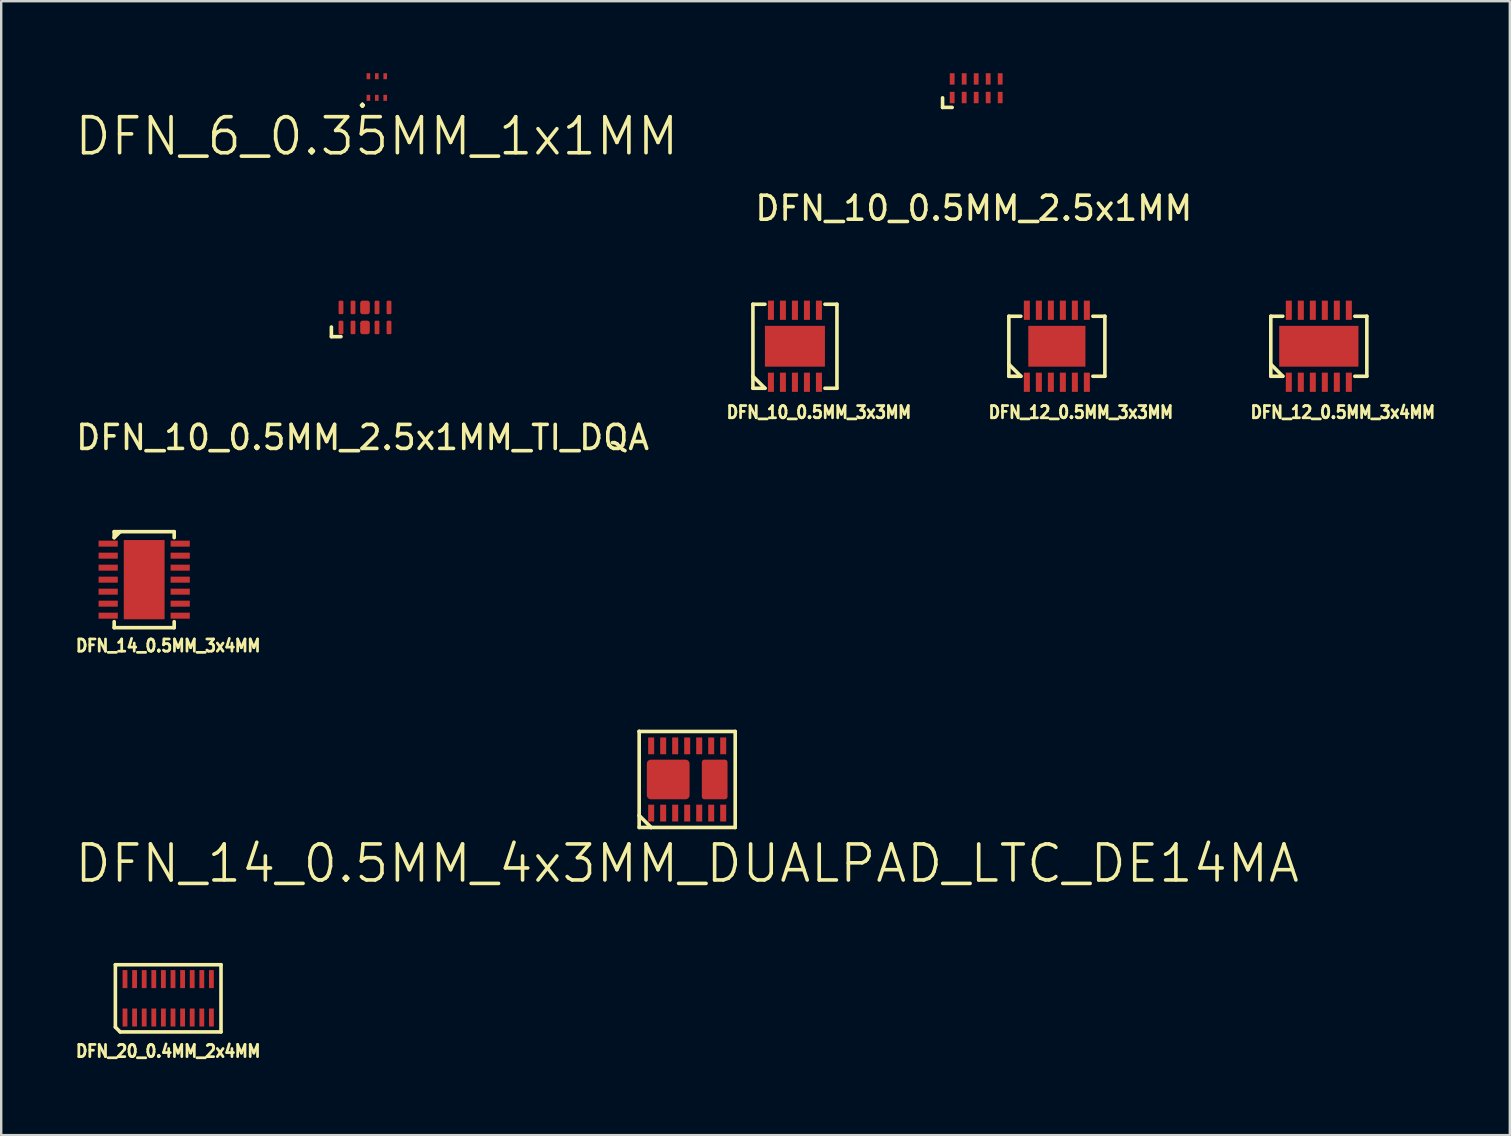
<source format=kicad_pcb>
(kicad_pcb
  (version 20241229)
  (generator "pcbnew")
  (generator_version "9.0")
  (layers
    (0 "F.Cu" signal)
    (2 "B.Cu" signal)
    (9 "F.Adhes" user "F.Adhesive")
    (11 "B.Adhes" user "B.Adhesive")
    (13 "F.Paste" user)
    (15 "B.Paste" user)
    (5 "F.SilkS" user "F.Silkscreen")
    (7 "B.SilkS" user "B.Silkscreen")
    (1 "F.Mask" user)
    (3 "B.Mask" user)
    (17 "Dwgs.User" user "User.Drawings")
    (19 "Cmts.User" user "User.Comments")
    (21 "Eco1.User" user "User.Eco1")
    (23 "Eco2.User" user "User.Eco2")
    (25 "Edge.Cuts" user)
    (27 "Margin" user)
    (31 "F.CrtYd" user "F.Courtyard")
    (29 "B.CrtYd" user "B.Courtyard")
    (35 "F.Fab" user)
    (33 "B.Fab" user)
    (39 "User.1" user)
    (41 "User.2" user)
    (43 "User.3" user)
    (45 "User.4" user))
  (footprint "DFN_10_0.5MM_3x3MM"
    (layer "F.Cu")
    (at 30.063 11.373)
    (property "Reference" "DFN_10_0.5MM_3x3MM" (at 1 2.75 0) (layer "F.SilkS") (effects (font (size 0.508 0.457) (thickness 0.114))))
    (attr through_hole)
    (fp_line (start -1.75 -1.75) (end -1.75 1.75) (stroke (width 0.15) (type solid)) (layer "F.SilkS"))
    (fp_line (start -1.75 1.75) (end -1.25 1.75) (stroke (width 0.15) (type solid)) (layer "F.SilkS"))
    (fp_line (start -1.25 -1.75) (end -1.75 -1.75) (stroke (width 0.15) (type solid)) (layer "F.SilkS"))
    (fp_line (start -1.25 1.75) (end -1.75 1.25) (stroke (width 0.15) (type solid)) (layer "F.SilkS"))
    (fp_line (start 1.25 -1.75) (end 1.75 -1.75) (stroke (width 0.15) (type solid)) (layer "F.SilkS"))
    (fp_line (start 1.75 -1.75) (end 1.75 1.75) (stroke (width 0.15) (type solid)) (layer "F.SilkS"))
    (fp_line (start 1.75 1.75) (end 1.25 1.75) (stroke (width 0.15) (type solid)) (layer "F.SilkS"))
    (pad "1" smd rect (at -1 1.5) (size 0.25 0.8) (layers "F.Cu" "F.Mask" "F.Paste"))
    (pad "2" smd rect (at -0.5 1.5) (size 0.25 0.8) (layers "F.Cu" "F.Mask" "F.Paste"))
    (pad "3" smd rect (at 0 1.5) (size 0.25 0.8) (layers "F.Cu" "F.Mask" "F.Paste"))
    (pad "4" smd rect (at 0.5 1.5) (size 0.25 0.8) (layers "F.Cu" "F.Mask" "F.Paste"))
    (pad "5" smd rect (at 1 1.5) (size 0.25 0.8) (layers "F.Cu" "F.Mask" "F.Paste"))
    (pad "6" smd rect (at 1 -1.5) (size 0.25 0.8) (layers "F.Cu" "F.Mask" "F.Paste"))
    (pad "7" smd rect (at 0.5 -1.5) (size 0.25 0.8) (layers "F.Cu" "F.Mask" "F.Paste"))
    (pad "8" smd rect (at 0 -1.5) (size 0.25 0.8) (layers "F.Cu" "F.Mask" "F.Paste"))
    (pad "9" smd rect (at -0.5 -1.5) (size 0.25 0.8) (layers "F.Cu" "F.Mask" "F.Paste"))
    (pad "10" smd rect (at -1 -1.5) (size 0.25 0.8) (layers "F.Cu" "F.Mask" "F.Paste"))
    (pad "PAD" smd rect (at -0.825 -0.4) (size 0.75 0.75) (layers "F.Cu" "F.Paste"))
    (pad "PAD" smd rect (at -0.825 0.4) (size 0.75 0.75) (layers "F.Cu" "F.Paste"))
    (pad "PAD" smd rect (at -0.025 -0.4) (size 0.75 0.75) (layers "F.Cu" "F.Paste"))
    (pad "PAD" smd rect (at -0.025 0.4) (size 0.75 0.75) (layers "F.Cu" "F.Paste"))
    (pad "PAD" smd rect (at 0 0) (size 2.5 1.7) (layers "F.Cu" "F.Mask"))
    (pad "PAD" smd rect (at 0.775 -0.4) (size 0.75 0.75) (layers "F.Cu" "F.Paste"))
    (pad "PAD" smd rect (at 0.775 0.4) (size 0.75 0.75) (layers "F.Cu" "F.Paste")))
  (footprint "DFN_14_0.5MM_4x3MM_DUALPAD_LTC_DE14MA"
    (layer "F.Cu")
    (at 25.575 29.419)
    (property "Reference" "DFN_14_0.5MM_4x3MM_DUALPAD_LTC_DE14MA" (at 0 3.5 0) (layer "F.SilkS") (effects (font (size 1.5 1.5) (thickness 0.15))))
    (attr through_hole)
    (fp_line (start -2 -2) (end -2 -2) (stroke (width 0.15) (type solid)) (layer "F.SilkS"))
    (fp_line (start -2 -2) (end -2 1.5) (stroke (width 0.15) (type solid)) (layer "F.SilkS"))
    (fp_line (start -2 1.5) (end -2 2) (stroke (width 0.15) (type solid)) (layer "F.SilkS"))
    (fp_line (start -2 1.5) (end -1.5 2) (stroke (width 0.15) (type solid)) (layer "F.SilkS"))
    (fp_line (start -2 2) (end -1.5 2) (stroke (width 0.15) (type solid)) (layer "F.SilkS"))
    (fp_line (start -1.5 2) (end 2 2) (stroke (width 0.15) (type solid)) (layer "F.SilkS"))
    (fp_line (start 2 -2) (end -2 -2) (stroke (width 0.15) (type solid)) (layer "F.SilkS"))
    (fp_line (start 2 2) (end 2 -2) (stroke (width 0.15) (type solid)) (layer "F.SilkS"))
    (pad "1" smd rect (at -1.5 1.4) (size 0.25 0.7) (layers "F.Cu" "F.Mask" "F.Paste"))
    (pad "2" smd rect (at -1 1.4) (size 0.25 0.7) (layers "F.Cu" "F.Mask" "F.Paste"))
    (pad "3" smd rect (at -0.5 1.4) (size 0.25 0.7) (layers "F.Cu" "F.Mask" "F.Paste"))
    (pad "4" smd rect (at 0 1.4) (size 0.25 0.7) (layers "F.Cu" "F.Mask" "F.Paste"))
    (pad "5" smd rect (at 0.5 1.4) (size 0.25 0.7) (layers "F.Cu" "F.Mask" "F.Paste"))
    (pad "6" smd rect (at 1 1.4) (size 0.25 0.7) (layers "F.Cu" "F.Mask" "F.Paste"))
    (pad "7" smd rect (at 1.5 1.4) (size 0.25 0.7) (layers "F.Cu" "F.Mask" "F.Paste"))
    (pad "8" smd rect (at 1.5 -1.4) (size 0.25 0.7) (layers "F.Cu" "F.Mask" "F.Paste"))
    (pad "9" smd rect (at 1 -1.4) (size 0.25 0.7) (layers "F.Cu" "F.Mask" "F.Paste"))
    (pad "10" smd rect (at 0.5 -1.4) (size 0.25 0.7) (layers "F.Cu" "F.Mask" "F.Paste"))
    (pad "11" smd rect (at 0 -1.4) (size 0.25 0.7) (layers "F.Cu" "F.Mask" "F.Paste"))
    (pad "12" smd rect (at -0.5 -1.4) (size 0.25 0.7) (layers "F.Cu" "F.Mask" "F.Paste"))
    (pad "13" smd rect (at -1 -1.4) (size 0.25 0.7) (layers "F.Cu" "F.Mask" "F.Paste"))
    (pad "14" smd rect (at -1.5 -1.4) (size 0.25 0.7) (layers "F.Cu" "F.Mask" "F.Paste"))
    (pad "PADB" smd roundrect (at 1.145 0) (size 1.07 1.65) (layers "F.Cu" "F.Mask" "F.Paste") (roundrect_rratio 0.1))
    (pad "PADT" smd roundrect (at -0.79 0) (size 1.78 1.65) (layers "F.Cu" "F.Mask" "F.Paste") (roundrect_rratio 0.1)))
  (footprint "DFN_12_0.5MM_3x4MM"
    (layer "F.Cu")
    (at 51.886 11.373)
    (property "Reference" "DFN_12_0.5MM_3x4MM" (at 1 2.75 0) (layer "F.SilkS") (effects (font (size 0.508 0.457) (thickness 0.114))))
    (attr through_hole)
    (fp_line (start -2 -1.25) (end -2 1.25) (stroke (width 0.15) (type solid)) (layer "F.SilkS"))
    (fp_line (start -2 1.25) (end -1.5 1.25) (stroke (width 0.15) (type solid)) (layer "F.SilkS"))
    (fp_line (start -1.5 -1.25) (end -2 -1.25) (stroke (width 0.15) (type solid)) (layer "F.SilkS"))
    (fp_line (start -1.5 1.25) (end -2 0.75) (stroke (width 0.15) (type solid)) (layer "F.SilkS"))
    (fp_line (start 1.5 -1.25) (end 2 -1.25) (stroke (width 0.15) (type solid)) (layer "F.SilkS"))
    (fp_line (start 2 -1.25) (end 2 1.25) (stroke (width 0.15) (type solid)) (layer "F.SilkS"))
    (fp_line (start 2 1.25) (end 1.5 1.25) (stroke (width 0.15) (type solid)) (layer "F.SilkS"))
    (pad "1" smd rect (at -1.25 1.5) (size 0.25 0.8) (layers "F.Cu" "F.Mask" "F.Paste"))
    (pad "2" smd rect (at -0.75 1.5) (size 0.25 0.8) (layers "F.Cu" "F.Mask" "F.Paste"))
    (pad "3" smd rect (at -0.25 1.5) (size 0.25 0.8) (layers "F.Cu" "F.Mask" "F.Paste"))
    (pad "4" smd rect (at 0.25 1.5) (size 0.25 0.8) (layers "F.Cu" "F.Mask" "F.Paste"))
    (pad "5" smd rect (at 0.75 1.5) (size 0.25 0.8) (layers "F.Cu" "F.Mask" "F.Paste"))
    (pad "6" smd rect (at 1.25 1.5) (size 0.25 0.8) (layers "F.Cu" "F.Mask" "F.Paste"))
    (pad "7" smd rect (at 1.25 -1.5) (size 0.25 0.8) (layers "F.Cu" "F.Mask" "F.Paste"))
    (pad "8" smd rect (at 0.75 -1.5) (size 0.25 0.8) (layers "F.Cu" "F.Mask" "F.Paste"))
    (pad "9" smd rect (at 0.25 -1.5) (size 0.25 0.8) (layers "F.Cu" "F.Mask" "F.Paste"))
    (pad "10" smd rect (at -0.25 -1.5) (size 0.25 0.8) (layers "F.Cu" "F.Mask" "F.Paste"))
    (pad "11" smd rect (at -0.75 -1.5) (size 0.25 0.8) (layers "F.Cu" "F.Mask" "F.Paste"))
    (pad "12" smd rect (at -1.25 -1.5) (size 0.25 0.8) (layers "F.Cu" "F.Mask" "F.Paste"))
    (pad "PAD" smd rect (at -1.2 -0.4) (size 0.75 0.75) (layers "F.Cu" "F.Paste"))
    (pad "PAD" smd rect (at -1.2 0.4) (size 0.75 0.75) (layers "F.Cu" "F.Paste"))
    (pad "PAD" smd rect (at -0.4 -0.4) (size 0.75 0.75) (layers "F.Cu" "F.Paste"))
    (pad "PAD" smd rect (at -0.4 0.4) (size 0.75 0.75) (layers "F.Cu" "F.Paste"))
    (pad "PAD" smd rect (at 0 0) (size 3.3 1.7) (layers "F.Cu" "F.Mask"))
    (pad "PAD" smd rect (at 0.4 -0.4) (size 0.75 0.75) (layers "F.Cu" "F.Paste"))
    (pad "PAD" smd rect (at 0.4 0.4) (size 0.75 0.75) (layers "F.Cu" "F.Paste"))
    (pad "PAD" smd rect (at 1.2 -0.4) (size 0.75 0.75) (layers "F.Cu" "F.Paste"))
    (pad "PAD" smd rect (at 1.2 0.4) (size 0.75 0.75) (layers "F.Cu" "F.Paste")))
  (footprint "DFN_6_0.35MM_1x1MM"
    (layer "F.Cu")
    (at 12.646 0.575)
    (property "Reference" "DFN_6_0.35MM_1x1MM" (at 0 2.05 0) (layer "F.SilkS") (effects (font (size 1.5 1.5) (thickness 0.15))))
    (attr through_hole)
    (fp_text user "." (at -0.6 0.35 0) (layer "F.SilkS") (effects (font (size 1 1) (thickness 0.125))))
    (pad "1" smd rect (at -0.35 0.45) (size 0.15 0.25) (layers "F.Cu" "F.Mask" "F.Paste"))
    (pad "2" smd rect (at 0 0.45) (size 0.15 0.25) (layers "F.Cu" "F.Mask" "F.Paste"))
    (pad "3" smd rect (at 0.35 0.45) (size 0.15 0.25) (layers "F.Cu" "F.Mask" "F.Paste"))
    (pad "4" smd rect (at 0.35 -0.45) (size 0.15 0.25) (layers "F.Cu" "F.Mask" "F.Paste"))
    (pad "5" smd rect (at 0 -0.45) (size 0.15 0.25) (layers "F.Cu" "F.Mask" "F.Paste"))
    (pad "6" smd rect (at -0.35 -0.45) (size 0.15 0.25) (layers "F.Cu" "F.Mask" "F.Paste")))
  (footprint "DFN_10_0.5MM_2.5x1MM_TI_DQA"
    (layer "F.Cu")
    (at 12.154 10.173)
    (property "Reference" "DFN_10_0.5MM_2.5x1MM_TI_DQA" (at -0.1 5 0) (layer "F.SilkS") (effects (font (size 1 1) (thickness 0.15))))
    (attr through_hole)
    (fp_line (start -1.4 0.4) (end -1.4 0.8) (stroke (width 0.15) (type solid)) (layer "F.SilkS"))
    (fp_line (start -1.4 0.8) (end -1 0.8) (stroke (width 0.15) (type solid)) (layer "F.SilkS"))
    (pad "1" smd roundrect (at -1 0.417) (size 0.2 0.565) (layers "F.Cu" "F.Mask" "F.Paste") (roundrect_rratio 0.25))
    (pad "2" smd roundrect (at -0.5 0.417) (size 0.2 0.565) (layers "F.Cu" "F.Mask" "F.Paste") (roundrect_rratio 0.25))
    (pad "3" smd roundrect (at 0 0.417) (size 0.4 0.565) (layers "F.Cu" "F.Mask" "F.Paste") (roundrect_rratio 0.25))
    (pad "4" smd roundrect (at 0.5 0.417) (size 0.2 0.565) (layers "F.Cu" "F.Mask" "F.Paste") (roundrect_rratio 0.25))
    (pad "5" smd roundrect (at 1 0.417) (size 0.2 0.565) (layers "F.Cu" "F.Mask" "F.Paste") (roundrect_rratio 0.25))
    (pad "6" smd roundrect (at 1 -0.417) (size 0.2 0.565) (layers "F.Cu" "F.Mask" "F.Paste") (roundrect_rratio 0.25))
    (pad "7" smd roundrect (at 0.5 -0.417) (size 0.2 0.565) (layers "F.Cu" "F.Mask" "F.Paste") (roundrect_rratio 0.25))
    (pad "8" smd roundrect (at 0 -0.417) (size 0.4 0.565) (layers "F.Cu" "F.Mask" "F.Paste") (roundrect_rratio 0.25))
    (pad "9" smd roundrect (at -0.5 -0.417) (size 0.2 0.565) (layers "F.Cu" "F.Mask" "F.Paste") (roundrect_rratio 0.25))
    (pad "10" smd roundrect (at -1 -0.417) (size 0.2 0.565) (layers "F.Cu" "F.Mask" "F.Paste") (roundrect_rratio 0.25)))
  (footprint "DFN_20_0.4MM_2x4MM"
    (layer "F.Cu")
    (at 3.956 38.535)
    (property "Reference" "DFN_20_0.4MM_2x4MM" (at 0 2.2 0) (layer "F.SilkS") (effects (font (size 0.508 0.457) (thickness 0.114))))
    (attr through_hole)
    (fp_line (start -2.2 -1.4) (end 2.2 -1.4) (stroke (width 0.15) (type solid)) (layer "F.SilkS"))
    (fp_line (start -2.2 1.2) (end -2.2 -1.4) (stroke (width 0.15) (type solid)) (layer "F.SilkS"))
    (fp_line (start -2 1.4) (end -2.2 1.2) (stroke (width 0.15) (type solid)) (layer "F.SilkS"))
    (fp_line (start 2.2 -1.4) (end 2.2 1.4) (stroke (width 0.15) (type solid)) (layer "F.SilkS"))
    (fp_line (start 2.2 1.4) (end -2 1.4) (stroke (width 0.15) (type solid)) (layer "F.SilkS"))
    (pad "1" smd rect (at -1.8 0.8) (size 0.2 0.75) (layers "F.Cu" "F.Mask" "F.Paste"))
    (pad "2" smd rect (at -1.4 0.8) (size 0.2 0.75) (layers "F.Cu" "F.Mask" "F.Paste"))
    (pad "3" smd rect (at -1 0.8) (size 0.2 0.75) (layers "F.Cu" "F.Mask" "F.Paste"))
    (pad "4" smd rect (at -0.6 0.8) (size 0.2 0.75) (layers "F.Cu" "F.Mask" "F.Paste"))
    (pad "5" smd rect (at -0.2 0.8) (size 0.2 0.75) (layers "F.Cu" "F.Mask" "F.Paste"))
    (pad "6" smd rect (at 0.2 0.8) (size 0.2 0.75) (layers "F.Cu" "F.Mask" "F.Paste"))
    (pad "7" smd rect (at 0.6 0.8) (size 0.2 0.75) (layers "F.Cu" "F.Mask" "F.Paste"))
    (pad "8" smd rect (at 1 0.8) (size 0.2 0.75) (layers "F.Cu" "F.Mask" "F.Paste"))
    (pad "9" smd rect (at 1.4 0.8) (size 0.2 0.75) (layers "F.Cu" "F.Mask" "F.Paste"))
    (pad "10" smd rect (at 1.8 0.8) (size 0.2 0.75) (layers "F.Cu" "F.Mask" "F.Paste"))
    (pad "11" smd rect (at 1.8 -0.8) (size 0.2 0.75) (layers "F.Cu" "F.Mask" "F.Paste"))
    (pad "12" smd rect (at 1.4 -0.8) (size 0.2 0.75) (layers "F.Cu" "F.Mask" "F.Paste"))
    (pad "13" smd rect (at 1 -0.8) (size 0.2 0.75) (layers "F.Cu" "F.Mask" "F.Paste"))
    (pad "14" smd rect (at 0.6 -0.8) (size 0.2 0.75) (layers "F.Cu" "F.Mask" "F.Paste"))
    (pad "15" smd rect (at 0.2 -0.8) (size 0.2 0.75) (layers "F.Cu" "F.Mask" "F.Paste"))
    (pad "16" smd rect (at -0.2 -0.8) (size 0.2 0.75) (layers "F.Cu" "F.Mask" "F.Paste"))
    (pad "17" smd rect (at -0.6 -0.8) (size 0.2 0.75) (layers "F.Cu" "F.Mask" "F.Paste"))
    (pad "18" smd rect (at -1 -0.8) (size 0.2 0.75) (layers "F.Cu" "F.Mask" "F.Paste"))
    (pad "19" smd rect (at -1.4 -0.8) (size 0.2 0.75) (layers "F.Cu" "F.Mask" "F.Paste"))
    (pad "20" smd rect (at -1.8 -0.8) (size 0.2 0.75) (layers "F.Cu" "F.Mask" "F.Paste")))
  (footprint "DFN_12_0.5MM_3x3MM"
    (layer "F.Cu")
    (at 40.974 11.373)
    (property "Reference" "DFN_12_0.5MM_3x3MM" (at 1 2.75 0) (layer "F.SilkS") (effects (font (size 0.508 0.457) (thickness 0.114))))
    (attr through_hole)
    (fp_line (start -2 -1.25) (end -2 1.25) (stroke (width 0.15) (type solid)) (layer "F.SilkS"))
    (fp_line (start -2 1.25) (end -1.5 1.25) (stroke (width 0.15) (type solid)) (layer "F.SilkS"))
    (fp_line (start -1.5 -1.25) (end -2 -1.25) (stroke (width 0.15) (type solid)) (layer "F.SilkS"))
    (fp_line (start -1.5 1.25) (end -2 0.75) (stroke (width 0.15) (type solid)) (layer "F.SilkS"))
    (fp_line (start 1.5 -1.25) (end 2 -1.25) (stroke (width 0.15) (type solid)) (layer "F.SilkS"))
    (fp_line (start 2 -1.25) (end 2 1.25) (stroke (width 0.15) (type solid)) (layer "F.SilkS"))
    (fp_line (start 2 1.25) (end 1.5 1.25) (stroke (width 0.15) (type solid)) (layer "F.SilkS"))
    (pad "" smd rect (at -0.4 -0.4) (size 0.75 0.75) (layers "F.Paste"))
    (pad "" smd rect (at -0.4 0.4) (size 0.75 0.75) (layers "F.Paste"))
    (pad "" smd rect (at 0.4 -0.4) (size 0.75 0.75) (layers "F.Paste"))
    (pad "" smd rect (at 0.4 0.4) (size 0.75 0.75) (layers "F.Paste"))
    (pad "1" smd rect (at -1.25 1.5) (size 0.25 0.8) (layers "F.Cu" "F.Mask" "F.Paste"))
    (pad "2" smd rect (at -0.75 1.5) (size 0.25 0.8) (layers "F.Cu" "F.Mask" "F.Paste"))
    (pad "3" smd rect (at -0.25 1.5) (size 0.25 0.8) (layers "F.Cu" "F.Mask" "F.Paste"))
    (pad "4" smd rect (at 0.25 1.5) (size 0.25 0.8) (layers "F.Cu" "F.Mask" "F.Paste"))
    (pad "5" smd rect (at 0.75 1.5) (size 0.25 0.8) (layers "F.Cu" "F.Mask" "F.Paste"))
    (pad "6" smd rect (at 1.25 1.5) (size 0.25 0.8) (layers "F.Cu" "F.Mask" "F.Paste"))
    (pad "7" smd rect (at 1.25 -1.5) (size 0.25 0.8) (layers "F.Cu" "F.Mask" "F.Paste"))
    (pad "8" smd rect (at 0.75 -1.5) (size 0.25 0.8) (layers "F.Cu" "F.Mask" "F.Paste"))
    (pad "9" smd rect (at 0.25 -1.5) (size 0.25 0.8) (layers "F.Cu" "F.Mask" "F.Paste"))
    (pad "10" smd rect (at -0.25 -1.5) (size 0.25 0.8) (layers "F.Cu" "F.Mask" "F.Paste"))
    (pad "11" smd rect (at -0.75 -1.5) (size 0.25 0.8) (layers "F.Cu" "F.Mask" "F.Paste"))
    (pad "12" smd rect (at -1.25 -1.5) (size 0.25 0.8) (layers "F.Cu" "F.Mask" "F.Paste"))
    (pad "PAD" smd rect (at 0 0) (size 2.38 1.7) (layers "F.Cu" "F.Mask")))
  (footprint "DFN_10_0.5MM_2.5x1MM"
    (layer "F.Cu")
    (at 37.613 0.625)
    (property "Reference" "DFN_10_0.5MM_2.5x1MM" (at -0.1 5 0) (layer "F.SilkS") (effects (font (size 1 1) (thickness 0.15))))
    (attr through_hole)
    (fp_line (start -1.4 0.4) (end -1.4 0.8) (stroke (width 0.15) (type solid)) (layer "F.SilkS"))
    (fp_line (start -1.4 0.8) (end -1 0.8) (stroke (width 0.15) (type solid)) (layer "F.SilkS"))
    (pad "1" smd rect (at -1 0.388) (size 0.2 0.475) (layers "F.Cu" "F.Mask" "F.Paste"))
    (pad "2" smd rect (at -0.5 0.388) (size 0.2 0.475) (layers "F.Cu" "F.Mask" "F.Paste"))
    (pad "3" smd rect (at 0 0.388) (size 0.2 0.475) (layers "F.Cu" "F.Mask" "F.Paste"))
    (pad "4" smd rect (at 0.5 0.388) (size 0.2 0.475) (layers "F.Cu" "F.Mask" "F.Paste"))
    (pad "5" smd rect (at 1 0.388) (size 0.2 0.475) (layers "F.Cu" "F.Mask" "F.Paste"))
    (pad "6" smd rect (at 1 -0.388) (size 0.2 0.475) (layers "F.Cu" "F.Mask" "F.Paste"))
    (pad "7" smd rect (at 0.5 -0.388) (size 0.2 0.475) (layers "F.Cu" "F.Mask" "F.Paste"))
    (pad "8" smd rect (at 0 -0.388) (size 0.2 0.475) (layers "F.Cu" "F.Mask" "F.Paste"))
    (pad "9" smd rect (at -0.5 -0.388) (size 0.2 0.475) (layers "F.Cu" "F.Mask" "F.Paste"))
    (pad "10" smd rect (at -1 -0.388) (size 0.2 0.475) (layers "F.Cu" "F.Mask" "F.Paste")))
  (footprint "DFN_14_0.5MM_3x4MM"
    (layer "F.Cu")
    (at 2.956 21.096)
    (property "Reference" "DFN_14_0.5MM_3x4MM" (at 1 2.75 0) (layer "F.SilkS") (effects (font (size 0.508 0.457) (thickness 0.114))))
    (attr through_hole)
    (fp_line (start -1.25 -2) (end -1.25 -1.75) (stroke (width 0.15) (type solid)) (layer "F.SilkS"))
    (fp_line (start -1.25 -1.75) (end -1 -2) (stroke (width 0.15) (type solid)) (layer "F.SilkS"))
    (fp_line (start -1.25 2) (end -1.25 1.75) (stroke (width 0.15) (type solid)) (layer "F.SilkS"))
    (fp_line (start 1.25 -2) (end -1.25 -2) (stroke (width 0.15) (type solid)) (layer "F.SilkS"))
    (fp_line (start 1.25 -1.75) (end 1.25 -2) (stroke (width 0.15) (type solid)) (layer "F.SilkS"))
    (fp_line (start 1.25 1.75) (end 1.25 2) (stroke (width 0.15) (type solid)) (layer "F.SilkS"))
    (fp_line (start 1.25 2) (end -1.25 2) (stroke (width 0.15) (type solid)) (layer "F.SilkS"))
    (pad "1" smd rect (at -1.5 -1.5 270) (size 0.25 0.8) (layers "F.Cu" "F.Mask" "F.Paste"))
    (pad "2" smd rect (at -1.5 -1 270) (size 0.25 0.8) (layers "F.Cu" "F.Mask" "F.Paste"))
    (pad "3" smd rect (at -1.5 -0.5 270) (size 0.25 0.8) (layers "F.Cu" "F.Mask" "F.Paste"))
    (pad "4" smd rect (at -1.5 0 270) (size 0.25 0.8) (layers "F.Cu" "F.Mask" "F.Paste"))
    (pad "5" smd rect (at -1.5 0.5 270) (size 0.25 0.8) (layers "F.Cu" "F.Mask" "F.Paste"))
    (pad "6" smd rect (at -1.5 1 270) (size 0.25 0.8) (layers "F.Cu" "F.Mask" "F.Paste"))
    (pad "7" smd rect (at -1.5 1.5 270) (size 0.25 0.8) (layers "F.Cu" "F.Mask" "F.Paste"))
    (pad "8" smd rect (at 1.5 1.5 270) (size 0.25 0.8) (layers "F.Cu" "F.Mask" "F.Paste"))
    (pad "9" smd rect (at 1.5 1 270) (size 0.25 0.8) (layers "F.Cu" "F.Mask" "F.Paste"))
    (pad "10" smd rect (at 1.5 0.5 270) (size 0.25 0.8) (layers "F.Cu" "F.Mask" "F.Paste"))
    (pad "11" smd rect (at 1.5 0 270) (size 0.25 0.8) (layers "F.Cu" "F.Mask" "F.Paste"))
    (pad "12" smd rect (at 1.5 -0.5 270) (size 0.25 0.8) (layers "F.Cu" "F.Mask" "F.Paste"))
    (pad "13" smd rect (at 1.5 -1 270) (size 0.25 0.8) (layers "F.Cu" "F.Mask" "F.Paste"))
    (pad "14" smd rect (at 1.5 -1.5 270) (size 0.25 0.8) (layers "F.Cu" "F.Mask" "F.Paste"))
    (pad "PAD" smd rect (at -0.4 -1.2 270) (size 0.75 0.75) (layers "F.Cu" "F.Paste"))
    (pad "PAD" smd rect (at -0.4 -0.4 270) (size 0.75 0.75) (layers "F.Cu" "F.Paste"))
    (pad "PAD" smd rect (at -0.4 0.4 270) (size 0.75 0.75) (layers "F.Cu" "F.Paste"))
    (pad "PAD" smd rect (at -0.4 1.2 270) (size 0.75 0.75) (layers "F.Cu" "F.Paste"))
    (pad "PAD" smd rect (at 0 0 270) (size 3.3 1.7) (layers "F.Cu" "F.Mask"))
    (pad "PAD" smd rect (at 0.4 -1.2 270) (size 0.75 0.75) (layers "F.Cu" "F.Paste"))
    (pad "PAD" smd rect (at 0.4 -0.4 270) (size 0.75 0.75) (layers "F.Cu" "F.Paste"))
    (pad "PAD" smd rect (at 0.4 0.4 270) (size 0.75 0.75) (layers "F.Cu" "F.Paste"))
    (pad "PAD" smd rect (at 0.4 1.2 270) (size 0.75 0.75) (layers "F.Cu" "F.Paste")))
  (gr_rect
    (start -3 -3)
    (end 59.842 44.233)
    (stroke (width 0.1) (type default))
    (fill no)
    (layer "Edge.Cuts")))
</source>
